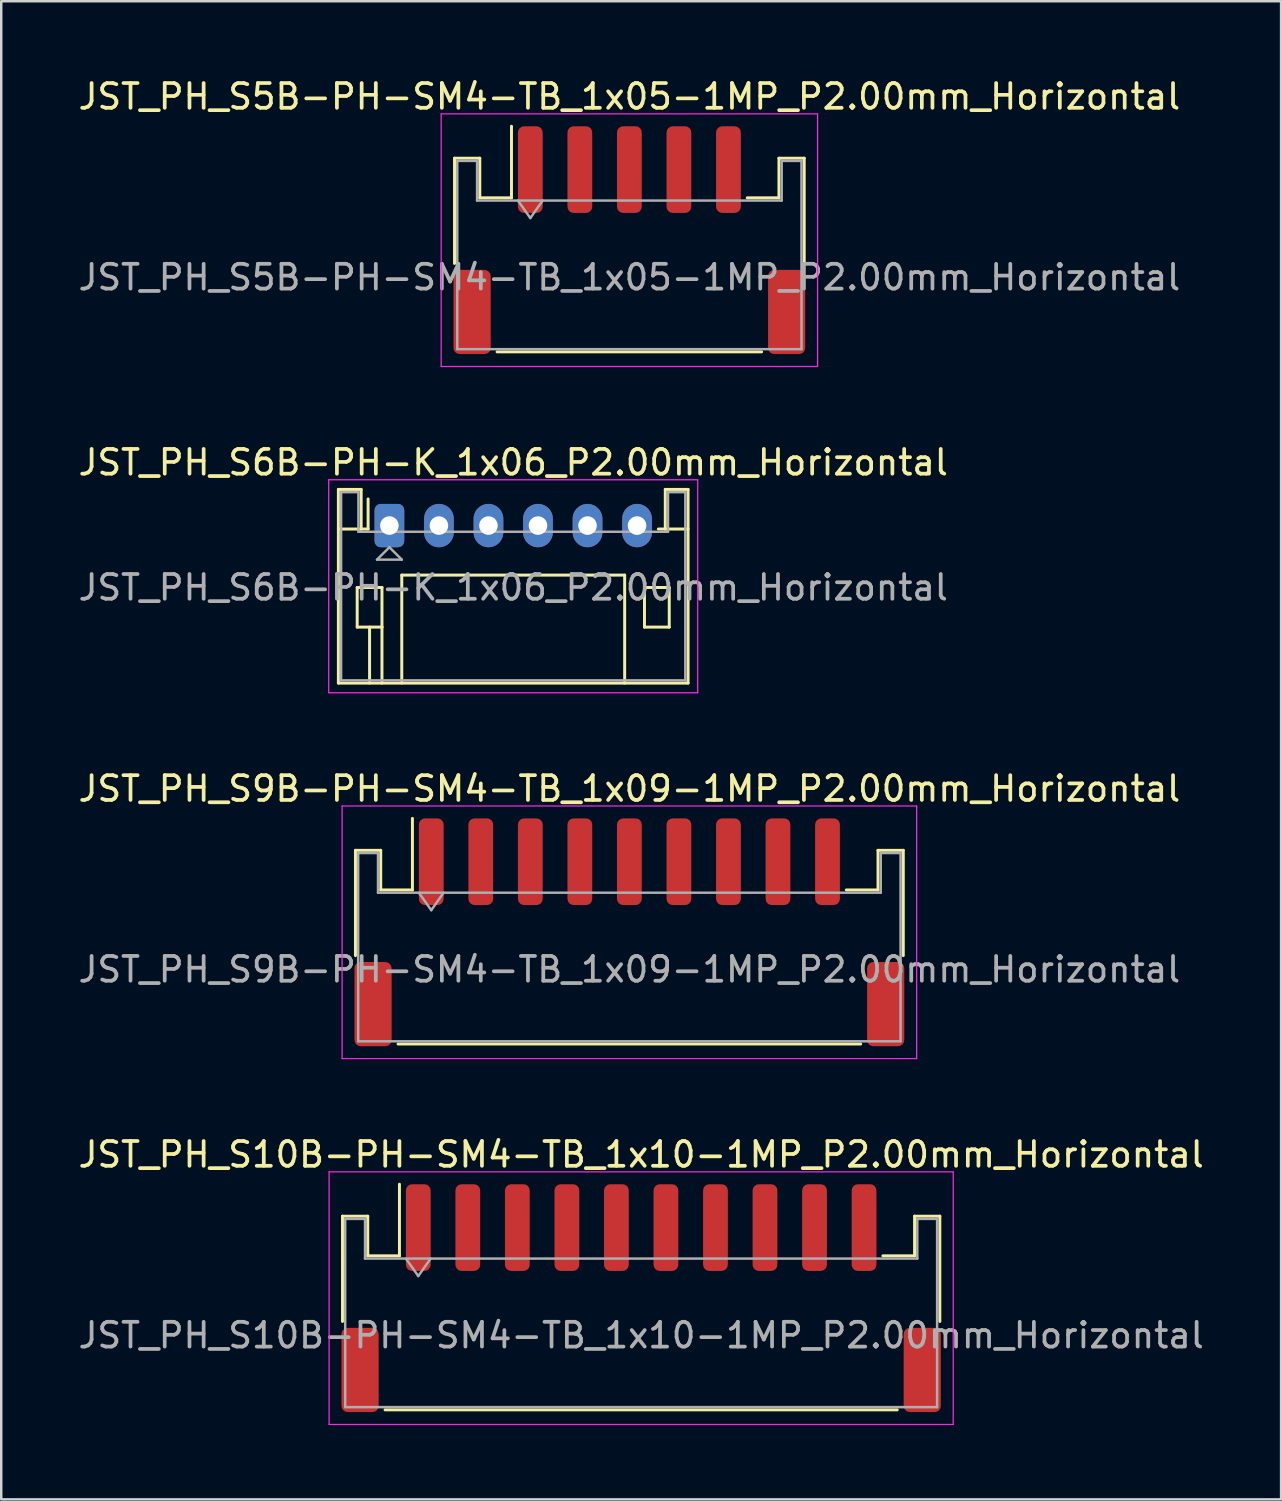
<source format=kicad_pcb>
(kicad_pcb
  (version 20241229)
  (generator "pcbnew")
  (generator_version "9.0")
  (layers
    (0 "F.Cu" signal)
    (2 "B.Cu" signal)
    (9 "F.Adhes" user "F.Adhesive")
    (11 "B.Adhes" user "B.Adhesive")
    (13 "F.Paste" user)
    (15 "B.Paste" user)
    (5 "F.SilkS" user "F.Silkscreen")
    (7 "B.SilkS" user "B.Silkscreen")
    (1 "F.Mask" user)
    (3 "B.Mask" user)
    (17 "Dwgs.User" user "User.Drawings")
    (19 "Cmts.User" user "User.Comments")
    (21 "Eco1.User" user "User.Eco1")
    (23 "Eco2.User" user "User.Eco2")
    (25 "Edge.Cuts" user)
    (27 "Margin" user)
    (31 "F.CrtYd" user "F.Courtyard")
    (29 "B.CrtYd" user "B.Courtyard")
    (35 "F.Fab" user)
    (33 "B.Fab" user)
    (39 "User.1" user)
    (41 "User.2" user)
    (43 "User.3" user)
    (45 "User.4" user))
  (footprint "JST_PH_S6B-PH-K_1x06_P2.00mm_Horizontal"
    (layer "F.Cu")
    (at 12.673 18.172)
    (property "Reference" "JST_PH_S6B-PH-K_1x06_P2.00mm_Horizontal" (at 5 -2.55 0) (layer "F.SilkS") (effects (font (size 1 1) (thickness 0.15))))
    (attr through_hole)
    (fp_line (start -2.06 -1.46) (end -2.06 6.36) (stroke (width 0.12) (type solid)) (layer "F.SilkS"))
    (fp_line (start -2.06 0.14) (end -1.14 0.14) (stroke (width 0.12) (type solid)) (layer "F.SilkS"))
    (fp_line (start -2.06 6.36) (end 12.06 6.36) (stroke (width 0.12) (type solid)) (layer "F.SilkS"))
    (fp_line (start -1.3 2.5) (end -1.3 4.1) (stroke (width 0.12) (type solid)) (layer "F.SilkS"))
    (fp_line (start -1.3 4.1) (end -0.3 4.1) (stroke (width 0.12) (type solid)) (layer "F.SilkS"))
    (fp_line (start -1.14 -1.46) (end -2.06 -1.46) (stroke (width 0.12) (type solid)) (layer "F.SilkS"))
    (fp_line (start -1.14 0.14) (end -1.14 -1.46) (stroke (width 0.12) (type solid)) (layer "F.SilkS"))
    (fp_line (start -0.86 0.14) (end -1.14 0.14) (stroke (width 0.12) (type solid)) (layer "F.SilkS"))
    (fp_line (start -0.86 0.14) (end -0.86 -1.075) (stroke (width 0.12) (type solid)) (layer "F.SilkS"))
    (fp_line (start -0.8 4.1) (end -0.8 6.36) (stroke (width 0.12) (type solid)) (layer "F.SilkS"))
    (fp_line (start -0.3 2.5) (end -1.3 2.5) (stroke (width 0.12) (type solid)) (layer "F.SilkS"))
    (fp_line (start -0.3 4.1) (end -0.3 2.5) (stroke (width 0.12) (type solid)) (layer "F.SilkS"))
    (fp_line (start -0.3 4.1) (end -0.3 6.36) (stroke (width 0.12) (type solid)) (layer "F.SilkS"))
    (fp_line (start 0.5 2) (end 9.5 2) (stroke (width 0.12) (type solid)) (layer "F.SilkS"))
    (fp_line (start 0.5 6.36) (end 0.5 2) (stroke (width 0.12) (type solid)) (layer "F.SilkS"))
    (fp_line (start 9.5 2) (end 9.5 6.36) (stroke (width 0.12) (type solid)) (layer "F.SilkS"))
    (fp_line (start 10.3 2.5) (end 11.3 2.5) (stroke (width 0.12) (type solid)) (layer "F.SilkS"))
    (fp_line (start 10.3 4.1) (end 10.3 2.5) (stroke (width 0.12) (type solid)) (layer "F.SilkS"))
    (fp_line (start 11.14 -1.46) (end 11.14 0.14) (stroke (width 0.12) (type solid)) (layer "F.SilkS"))
    (fp_line (start 11.14 0.14) (end 10.86 0.14) (stroke (width 0.12) (type solid)) (layer "F.SilkS"))
    (fp_line (start 11.3 2.5) (end 11.3 4.1) (stroke (width 0.12) (type solid)) (layer "F.SilkS"))
    (fp_line (start 11.3 4.1) (end 10.3 4.1) (stroke (width 0.12) (type solid)) (layer "F.SilkS"))
    (fp_line (start 12.06 -1.46) (end 11.14 -1.46) (stroke (width 0.12) (type solid)) (layer "F.SilkS"))
    (fp_line (start 12.06 0.14) (end 11.14 0.14) (stroke (width 0.12) (type solid)) (layer "F.SilkS"))
    (fp_line (start 12.06 6.36) (end 12.06 -1.46) (stroke (width 0.12) (type solid)) (layer "F.SilkS"))
    (fp_line (start -2.45 -1.85) (end -2.45 6.75) (stroke (width 0.05) (type solid)) (layer "F.CrtYd"))
    (fp_line (start -2.45 6.75) (end 12.45 6.75) (stroke (width 0.05) (type solid)) (layer "F.CrtYd"))
    (fp_line (start 12.45 -1.85) (end -2.45 -1.85) (stroke (width 0.05) (type solid)) (layer "F.CrtYd"))
    (fp_line (start 12.45 6.75) (end 12.45 -1.85) (stroke (width 0.05) (type solid)) (layer "F.CrtYd"))
    (fp_line (start -1.95 -1.35) (end -1.95 6.25) (stroke (width 0.1) (type solid)) (layer "F.Fab"))
    (fp_line (start -1.95 6.25) (end 11.95 6.25) (stroke (width 0.1) (type solid)) (layer "F.Fab"))
    (fp_line (start -1.25 -1.35) (end -1.95 -1.35) (stroke (width 0.1) (type solid)) (layer "F.Fab"))
    (fp_line (start -1.25 0.25) (end -1.25 -1.35) (stroke (width 0.1) (type solid)) (layer "F.Fab"))
    (fp_line (start -0.5 1.375) (end 0.5 1.375) (stroke (width 0.1) (type solid)) (layer "F.Fab"))
    (fp_line (start 0 0.875) (end -0.5 1.375) (stroke (width 0.1) (type solid)) (layer "F.Fab"))
    (fp_line (start 0.5 1.375) (end 0 0.875) (stroke (width 0.1) (type solid)) (layer "F.Fab"))
    (fp_line (start 11.25 -1.35) (end 11.25 0.25) (stroke (width 0.1) (type solid)) (layer "F.Fab"))
    (fp_line (start 11.25 0.25) (end -1.25 0.25) (stroke (width 0.1) (type solid)) (layer "F.Fab"))
    (fp_line (start 11.95 -1.35) (end 11.25 -1.35) (stroke (width 0.1) (type solid)) (layer "F.Fab"))
    (fp_line (start 11.95 6.25) (end 11.95 -1.35) (stroke (width 0.1) (type solid)) (layer "F.Fab"))
    (fp_text user "${REFERENCE}" (at 5 2.5 0) (layer "F.Fab") (effects (font (size 1 1) (thickness 0.15))))
    (pad "1" thru_hole roundrect (at 0 0) (size 1.2 1.75) (drill 0.75) (layers "*.Cu" "*.Mask") (roundrect_rratio 0.208))
    (pad "2" thru_hole oval (at 2 0) (size 1.2 1.75) (drill 0.75) (layers "*.Cu" "*.Mask"))
    (pad "3" thru_hole oval (at 4 0) (size 1.2 1.75) (drill 0.75) (layers "*.Cu" "*.Mask"))
    (pad "4" thru_hole oval (at 6 0) (size 1.2 1.75) (drill 0.75) (layers "*.Cu" "*.Mask"))
    (pad "5" thru_hole oval (at 8 0) (size 1.2 1.75) (drill 0.75) (layers "*.Cu" "*.Mask"))
    (pad "6" thru_hole oval (at 10 0) (size 1.2 1.75) (drill 0.75) (layers "*.Cu" "*.Mask")))
  (footprint "JST_PH_S10B-PH-SM4-TB_1x10-1MP_P2.00mm_Horizontal"
    (layer "F.Cu")
    (at 22.839 49.368)
    (property "Reference" "JST_PH_S10B-PH-SM4-TB_1x10-1MP_P2.00mm_Horizontal" (at 0 -5.8 0) (layer "F.SilkS") (effects (font (size 1 1) (thickness 0.15))))
    (attr smd)
    (fp_line (start -12.06 -3.31) (end -11.04 -3.31) (stroke (width 0.12) (type solid)) (layer "F.SilkS"))
    (fp_line (start -12.06 0.94) (end -12.06 -3.31) (stroke (width 0.12) (type solid)) (layer "F.SilkS"))
    (fp_line (start -11.04 -3.31) (end -11.04 -1.71) (stroke (width 0.12) (type solid)) (layer "F.SilkS"))
    (fp_line (start -11.04 -1.71) (end -9.76 -1.71) (stroke (width 0.12) (type solid)) (layer "F.SilkS"))
    (fp_line (start -10.34 4.51) (end 10.34 4.51) (stroke (width 0.12) (type solid)) (layer "F.SilkS"))
    (fp_line (start -9.76 -1.71) (end -9.76 -4.6) (stroke (width 0.12) (type solid)) (layer "F.SilkS"))
    (fp_line (start 11.04 -3.31) (end 11.04 -1.71) (stroke (width 0.12) (type solid)) (layer "F.SilkS"))
    (fp_line (start 11.04 -1.71) (end 9.76 -1.71) (stroke (width 0.12) (type solid)) (layer "F.SilkS"))
    (fp_line (start 12.06 -3.31) (end 11.04 -3.31) (stroke (width 0.12) (type solid)) (layer "F.SilkS"))
    (fp_line (start 12.06 0.94) (end 12.06 -3.31) (stroke (width 0.12) (type solid)) (layer "F.SilkS"))
    (fp_line (start -12.6 -5.1) (end -12.6 5.1) (stroke (width 0.05) (type solid)) (layer "F.CrtYd"))
    (fp_line (start -12.6 5.1) (end 12.6 5.1) (stroke (width 0.05) (type solid)) (layer "F.CrtYd"))
    (fp_line (start 12.6 -5.1) (end -12.6 -5.1) (stroke (width 0.05) (type solid)) (layer "F.CrtYd"))
    (fp_line (start 12.6 5.1) (end 12.6 -5.1) (stroke (width 0.05) (type solid)) (layer "F.CrtYd"))
    (fp_line (start -11.95 -3.2) (end -11.95 4.4) (stroke (width 0.1) (type solid)) (layer "F.Fab"))
    (fp_line (start -11.95 -3.2) (end -11.15 -3.2) (stroke (width 0.1) (type solid)) (layer "F.Fab"))
    (fp_line (start -11.95 4.4) (end 11.95 4.4) (stroke (width 0.1) (type solid)) (layer "F.Fab"))
    (fp_line (start -11.15 -3.2) (end -11.15 -1.6) (stroke (width 0.1) (type solid)) (layer "F.Fab"))
    (fp_line (start -11.15 -1.6) (end 11.15 -1.6) (stroke (width 0.1) (type solid)) (layer "F.Fab"))
    (fp_line (start -9.5 -1.6) (end -9 -0.893) (stroke (width 0.1) (type solid)) (layer "F.Fab"))
    (fp_line (start -9 -0.893) (end -8.5 -1.6) (stroke (width 0.1) (type solid)) (layer "F.Fab"))
    (fp_line (start 11.15 -3.2) (end 11.95 -3.2) (stroke (width 0.1) (type solid)) (layer "F.Fab"))
    (fp_line (start 11.15 -1.6) (end 11.15 -3.2) (stroke (width 0.1) (type solid)) (layer "F.Fab"))
    (fp_line (start 11.95 -3.2) (end 11.95 4.4) (stroke (width 0.1) (type solid)) (layer "F.Fab"))
    (fp_text user "${REFERENCE}" (at 0 1.5 0) (layer "F.Fab") (effects (font (size 1 1) (thickness 0.15))))
    (pad "1" smd roundrect (at -9 -2.85) (size 1 3.5) (layers "F.Cu" "F.Mask" "F.Paste") (roundrect_rratio 0.25))
    (pad "2" smd roundrect (at -7 -2.85) (size 1 3.5) (layers "F.Cu" "F.Mask" "F.Paste") (roundrect_rratio 0.25))
    (pad "3" smd roundrect (at -5 -2.85) (size 1 3.5) (layers "F.Cu" "F.Mask" "F.Paste") (roundrect_rratio 0.25))
    (pad "4" smd roundrect (at -3 -2.85) (size 1 3.5) (layers "F.Cu" "F.Mask" "F.Paste") (roundrect_rratio 0.25))
    (pad "5" smd roundrect (at -1 -2.85) (size 1 3.5) (layers "F.Cu" "F.Mask" "F.Paste") (roundrect_rratio 0.25))
    (pad "6" smd roundrect (at 1 -2.85) (size 1 3.5) (layers "F.Cu" "F.Mask" "F.Paste") (roundrect_rratio 0.25))
    (pad "7" smd roundrect (at 3 -2.85) (size 1 3.5) (layers "F.Cu" "F.Mask" "F.Paste") (roundrect_rratio 0.25))
    (pad "8" smd roundrect (at 5 -2.85) (size 1 3.5) (layers "F.Cu" "F.Mask" "F.Paste") (roundrect_rratio 0.25))
    (pad "9" smd roundrect (at 7 -2.85) (size 1 3.5) (layers "F.Cu" "F.Mask" "F.Paste") (roundrect_rratio 0.25))
    (pad "10" smd roundrect (at 9 -2.85) (size 1 3.5) (layers "F.Cu" "F.Mask" "F.Paste") (roundrect_rratio 0.25))
    (pad "MP" smd roundrect (at -11.35 2.9) (size 1.5 3.4) (layers "F.Cu" "F.Mask" "F.Paste") (roundrect_rratio 0.167))
    (pad "MP" smd roundrect (at 11.35 2.9) (size 1.5 3.4) (layers "F.Cu" "F.Mask" "F.Paste") (roundrect_rratio 0.167)))
  (footprint "JST_PH_S5B-PH-SM4-TB_1x05-1MP_P2.00mm_Horizontal"
    (layer "F.Cu")
    (at 22.363 6.648)
    (property "Reference" "JST_PH_S5B-PH-SM4-TB_1x05-1MP_P2.00mm_Horizontal" (at 0 -5.8 0) (layer "F.SilkS") (effects (font (size 1 1) (thickness 0.15))))
    (attr smd)
    (fp_line (start -7.06 -3.31) (end -6.04 -3.31) (stroke (width 0.12) (type solid)) (layer "F.SilkS"))
    (fp_line (start -7.06 0.94) (end -7.06 -3.31) (stroke (width 0.12) (type solid)) (layer "F.SilkS"))
    (fp_line (start -6.04 -3.31) (end -6.04 -1.71) (stroke (width 0.12) (type solid)) (layer "F.SilkS"))
    (fp_line (start -6.04 -1.71) (end -4.76 -1.71) (stroke (width 0.12) (type solid)) (layer "F.SilkS"))
    (fp_line (start -5.34 4.51) (end 5.34 4.51) (stroke (width 0.12) (type solid)) (layer "F.SilkS"))
    (fp_line (start -4.76 -1.71) (end -4.76 -4.6) (stroke (width 0.12) (type solid)) (layer "F.SilkS"))
    (fp_line (start 6.04 -3.31) (end 6.04 -1.71) (stroke (width 0.12) (type solid)) (layer "F.SilkS"))
    (fp_line (start 6.04 -1.71) (end 4.76 -1.71) (stroke (width 0.12) (type solid)) (layer "F.SilkS"))
    (fp_line (start 7.06 -3.31) (end 6.04 -3.31) (stroke (width 0.12) (type solid)) (layer "F.SilkS"))
    (fp_line (start 7.06 0.94) (end 7.06 -3.31) (stroke (width 0.12) (type solid)) (layer "F.SilkS"))
    (fp_line (start -7.6 -5.1) (end -7.6 5.1) (stroke (width 0.05) (type solid)) (layer "F.CrtYd"))
    (fp_line (start -7.6 5.1) (end 7.6 5.1) (stroke (width 0.05) (type solid)) (layer "F.CrtYd"))
    (fp_line (start 7.6 -5.1) (end -7.6 -5.1) (stroke (width 0.05) (type solid)) (layer "F.CrtYd"))
    (fp_line (start 7.6 5.1) (end 7.6 -5.1) (stroke (width 0.05) (type solid)) (layer "F.CrtYd"))
    (fp_line (start -6.95 -3.2) (end -6.95 4.4) (stroke (width 0.1) (type solid)) (layer "F.Fab"))
    (fp_line (start -6.95 -3.2) (end -6.15 -3.2) (stroke (width 0.1) (type solid)) (layer "F.Fab"))
    (fp_line (start -6.95 4.4) (end 6.95 4.4) (stroke (width 0.1) (type solid)) (layer "F.Fab"))
    (fp_line (start -6.15 -3.2) (end -6.15 -1.6) (stroke (width 0.1) (type solid)) (layer "F.Fab"))
    (fp_line (start -6.15 -1.6) (end 6.15 -1.6) (stroke (width 0.1) (type solid)) (layer "F.Fab"))
    (fp_line (start -4.5 -1.6) (end -4 -0.893) (stroke (width 0.1) (type solid)) (layer "F.Fab"))
    (fp_line (start -4 -0.893) (end -3.5 -1.6) (stroke (width 0.1) (type solid)) (layer "F.Fab"))
    (fp_line (start 6.15 -3.2) (end 6.95 -3.2) (stroke (width 0.1) (type solid)) (layer "F.Fab"))
    (fp_line (start 6.15 -1.6) (end 6.15 -3.2) (stroke (width 0.1) (type solid)) (layer "F.Fab"))
    (fp_line (start 6.95 -3.2) (end 6.95 4.4) (stroke (width 0.1) (type solid)) (layer "F.Fab"))
    (fp_text user "${REFERENCE}" (at 0 1.5 0) (layer "F.Fab") (effects (font (size 1 1) (thickness 0.15))))
    (pad "1" smd roundrect (at -4 -2.85) (size 1 3.5) (layers "F.Cu" "F.Mask" "F.Paste") (roundrect_rratio 0.25))
    (pad "2" smd roundrect (at -2 -2.85) (size 1 3.5) (layers "F.Cu" "F.Mask" "F.Paste") (roundrect_rratio 0.25))
    (pad "3" smd roundrect (at 0 -2.85) (size 1 3.5) (layers "F.Cu" "F.Mask" "F.Paste") (roundrect_rratio 0.25))
    (pad "4" smd roundrect (at 2 -2.85) (size 1 3.5) (layers "F.Cu" "F.Mask" "F.Paste") (roundrect_rratio 0.25))
    (pad "5" smd roundrect (at 4 -2.85) (size 1 3.5) (layers "F.Cu" "F.Mask" "F.Paste") (roundrect_rratio 0.25))
    (pad "MP" smd roundrect (at -6.35 2.9) (size 1.5 3.4) (layers "F.Cu" "F.Mask" "F.Paste") (roundrect_rratio 0.167))
    (pad "MP" smd roundrect (at 6.35 2.9) (size 1.5 3.4) (layers "F.Cu" "F.Mask" "F.Paste") (roundrect_rratio 0.167)))
  (footprint "JST_PH_S9B-PH-SM4-TB_1x09-1MP_P2.00mm_Horizontal"
    (layer "F.Cu")
    (at 22.363 34.595)
    (property "Reference" "JST_PH_S9B-PH-SM4-TB_1x09-1MP_P2.00mm_Horizontal" (at 0 -5.8 0) (layer "F.SilkS") (effects (font (size 1 1) (thickness 0.15))))
    (attr smd)
    (fp_line (start -11.06 -3.31) (end -10.04 -3.31) (stroke (width 0.12) (type solid)) (layer "F.SilkS"))
    (fp_line (start -11.06 0.94) (end -11.06 -3.31) (stroke (width 0.12) (type solid)) (layer "F.SilkS"))
    (fp_line (start -10.04 -3.31) (end -10.04 -1.71) (stroke (width 0.12) (type solid)) (layer "F.SilkS"))
    (fp_line (start -10.04 -1.71) (end -8.76 -1.71) (stroke (width 0.12) (type solid)) (layer "F.SilkS"))
    (fp_line (start -9.34 4.51) (end 9.34 4.51) (stroke (width 0.12) (type solid)) (layer "F.SilkS"))
    (fp_line (start -8.76 -1.71) (end -8.76 -4.6) (stroke (width 0.12) (type solid)) (layer "F.SilkS"))
    (fp_line (start 10.04 -3.31) (end 10.04 -1.71) (stroke (width 0.12) (type solid)) (layer "F.SilkS"))
    (fp_line (start 10.04 -1.71) (end 8.76 -1.71) (stroke (width 0.12) (type solid)) (layer "F.SilkS"))
    (fp_line (start 11.06 -3.31) (end 10.04 -3.31) (stroke (width 0.12) (type solid)) (layer "F.SilkS"))
    (fp_line (start 11.06 0.94) (end 11.06 -3.31) (stroke (width 0.12) (type solid)) (layer "F.SilkS"))
    (fp_line (start -11.6 -5.1) (end -11.6 5.1) (stroke (width 0.05) (type solid)) (layer "F.CrtYd"))
    (fp_line (start -11.6 5.1) (end 11.6 5.1) (stroke (width 0.05) (type solid)) (layer "F.CrtYd"))
    (fp_line (start 11.6 -5.1) (end -11.6 -5.1) (stroke (width 0.05) (type solid)) (layer "F.CrtYd"))
    (fp_line (start 11.6 5.1) (end 11.6 -5.1) (stroke (width 0.05) (type solid)) (layer "F.CrtYd"))
    (fp_line (start -10.95 -3.2) (end -10.95 4.4) (stroke (width 0.1) (type solid)) (layer "F.Fab"))
    (fp_line (start -10.95 -3.2) (end -10.15 -3.2) (stroke (width 0.1) (type solid)) (layer "F.Fab"))
    (fp_line (start -10.95 4.4) (end 10.95 4.4) (stroke (width 0.1) (type solid)) (layer "F.Fab"))
    (fp_line (start -10.15 -3.2) (end -10.15 -1.6) (stroke (width 0.1) (type solid)) (layer "F.Fab"))
    (fp_line (start -10.15 -1.6) (end 10.15 -1.6) (stroke (width 0.1) (type solid)) (layer "F.Fab"))
    (fp_line (start -8.5 -1.6) (end -8 -0.893) (stroke (width 0.1) (type solid)) (layer "F.Fab"))
    (fp_line (start -8 -0.893) (end -7.5 -1.6) (stroke (width 0.1) (type solid)) (layer "F.Fab"))
    (fp_line (start 10.15 -3.2) (end 10.95 -3.2) (stroke (width 0.1) (type solid)) (layer "F.Fab"))
    (fp_line (start 10.15 -1.6) (end 10.15 -3.2) (stroke (width 0.1) (type solid)) (layer "F.Fab"))
    (fp_line (start 10.95 -3.2) (end 10.95 4.4) (stroke (width 0.1) (type solid)) (layer "F.Fab"))
    (fp_text user "${REFERENCE}" (at 0 1.5 0) (layer "F.Fab") (effects (font (size 1 1) (thickness 0.15))))
    (pad "1" smd roundrect (at -8 -2.85) (size 1 3.5) (layers "F.Cu" "F.Mask" "F.Paste") (roundrect_rratio 0.25))
    (pad "2" smd roundrect (at -6 -2.85) (size 1 3.5) (layers "F.Cu" "F.Mask" "F.Paste") (roundrect_rratio 0.25))
    (pad "3" smd roundrect (at -4 -2.85) (size 1 3.5) (layers "F.Cu" "F.Mask" "F.Paste") (roundrect_rratio 0.25))
    (pad "4" smd roundrect (at -2 -2.85) (size 1 3.5) (layers "F.Cu" "F.Mask" "F.Paste") (roundrect_rratio 0.25))
    (pad "5" smd roundrect (at 0 -2.85) (size 1 3.5) (layers "F.Cu" "F.Mask" "F.Paste") (roundrect_rratio 0.25))
    (pad "6" smd roundrect (at 2 -2.85) (size 1 3.5) (layers "F.Cu" "F.Mask" "F.Paste") (roundrect_rratio 0.25))
    (pad "7" smd roundrect (at 4 -2.85) (size 1 3.5) (layers "F.Cu" "F.Mask" "F.Paste") (roundrect_rratio 0.25))
    (pad "8" smd roundrect (at 6 -2.85) (size 1 3.5) (layers "F.Cu" "F.Mask" "F.Paste") (roundrect_rratio 0.25))
    (pad "9" smd roundrect (at 8 -2.85) (size 1 3.5) (layers "F.Cu" "F.Mask" "F.Paste") (roundrect_rratio 0.25))
    (pad "MP" smd roundrect (at -10.35 2.9) (size 1.5 3.4) (layers "F.Cu" "F.Mask" "F.Paste") (roundrect_rratio 0.167))
    (pad "MP" smd roundrect (at 10.35 2.9) (size 1.5 3.4) (layers "F.Cu" "F.Mask" "F.Paste") (roundrect_rratio 0.167)))
  (gr_rect
    (start -3 -3)
    (end 48.679 57.493)
    (stroke (width 0.1) (type default))
    (fill no)
    (layer "Edge.Cuts")))
</source>
